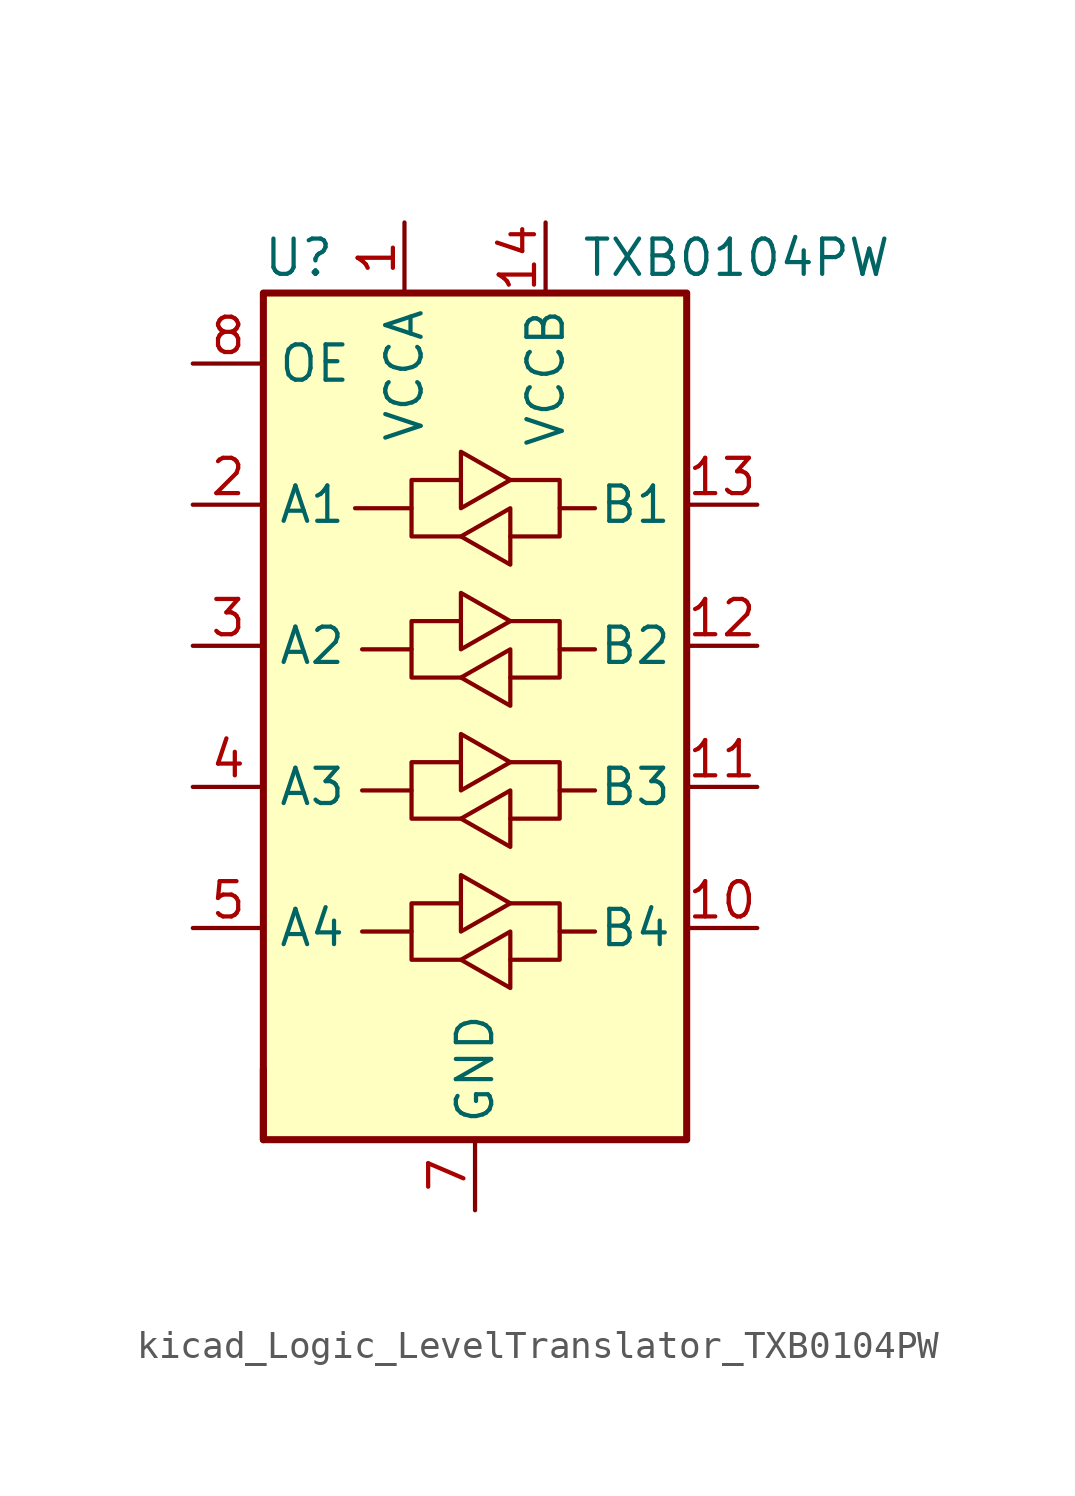
<source format=kicad_sym>
(kicad_symbol_lib
  (version 20220914)
  (generator kicad_symbol_editor)
  (symbol "kicad_Logic_LevelTranslator_TXB0104PW"
    (property "Reference" "U"
      (at -6.35 16.51 0)
      (effects (font (size 1.27 1.27))))
    (property "Value" "TXB0104PW"
      (at 3.81 16.51 0)
      (effects (font (size 1.27 1.27)) (justify left)))
    (symbol "kicad_Logic_LevelTranslator_TXB0104PW_0_1"
      (rectangle (start -7.62 -15.24) (end -7.62 -12.7) (stroke (width 0.254) (type default)) (fill (type none)))
      (rectangle (start -7.62 15.24) (end 7.62 -15.24) (stroke (width 0.254) (type default)) (fill (type background)))
      (polyline (pts (xy -2.286 -7.747) (xy -2.286 -6.731) (xy -0.508 -6.731)) (stroke (width 0) (type default)) (fill (type none)))
      (polyline (pts (xy -2.286 -2.667) (xy -2.286 -1.651) (xy -0.508 -1.651)) (stroke (width 0) (type default)) (fill (type none)))
      (polyline (pts (xy -2.286 2.413) (xy -2.286 3.429) (xy -0.508 3.429)) (stroke (width 0) (type default)) (fill (type none)))
      (polyline (pts (xy -2.286 7.493) (xy -2.286 8.509) (xy -0.508 8.509)) (stroke (width 0) (type default)) (fill (type none)))
      (polyline (pts (xy 3.048 -7.747) (xy 3.048 -8.763) (xy 1.27 -8.763)) (stroke (width 0) (type default)) (fill (type none)))
      (polyline (pts (xy 3.048 -2.667) (xy 3.048 -3.683) (xy 1.27 -3.683)) (stroke (width 0) (type default)) (fill (type none)))
      (polyline (pts (xy 3.048 2.413) (xy 3.048 1.397) (xy 1.27 1.397)) (stroke (width 0) (type default)) (fill (type none)))
      (polyline (pts (xy 3.048 7.493) (xy 3.048 6.477) (xy 1.27 6.477)) (stroke (width 0) (type default)) (fill (type none)))
      (polyline (pts (xy -0.508 -8.763) (xy -2.286 -8.763) (xy -2.286 -7.747) (xy -4.064 -7.747)) (stroke (width 0) (type default)) (fill (type none)))
      (polyline (pts (xy -0.508 -8.763) (xy 1.27 -7.747) (xy 1.27 -9.779) (xy -0.508 -8.763)) (stroke (width 0) (type default)) (fill (type none)))
      (polyline (pts (xy -0.508 -3.683) (xy -2.286 -3.683) (xy -2.286 -2.667) (xy -4.064 -2.667)) (stroke (width 0) (type default)) (fill (type none)))
      (polyline (pts (xy -0.508 -3.683) (xy 1.27 -2.667) (xy 1.27 -4.699) (xy -0.508 -3.683)) (stroke (width 0) (type default)) (fill (type none)))
      (polyline (pts (xy -0.508 1.397) (xy -2.286 1.397) (xy -2.286 2.413) (xy -4.064 2.413)) (stroke (width 0) (type default)) (fill (type none)))
      (polyline (pts (xy -0.508 1.397) (xy 1.27 2.413) (xy 1.27 0.381) (xy -0.508 1.397)) (stroke (width 0) (type default)) (fill (type none)))
      (polyline (pts (xy -0.508 6.477) (xy -2.286 6.477) (xy -2.286 7.493) (xy -4.318 7.493)) (stroke (width 0) (type default)) (fill (type none)))
      (polyline (pts (xy -0.508 6.477) (xy 1.27 7.493) (xy 1.27 5.461) (xy -0.508 6.477)) (stroke (width 0) (type default)) (fill (type none)))
      (polyline (pts (xy 1.27 -6.731) (xy -0.508 -7.747) (xy -0.508 -5.715) (xy 1.27 -6.731)) (stroke (width 0) (type default)) (fill (type none)))
      (polyline (pts (xy 1.27 -6.731) (xy 3.048 -6.731) (xy 3.048 -7.747) (xy 4.318 -7.747)) (stroke (width 0) (type default)) (fill (type none)))
      (polyline (pts (xy 1.27 -1.651) (xy -0.508 -2.667) (xy -0.508 -0.635) (xy 1.27 -1.651)) (stroke (width 0) (type default)) (fill (type none)))
      (polyline (pts (xy 1.27 -1.651) (xy 3.048 -1.651) (xy 3.048 -2.667) (xy 4.318 -2.667)) (stroke (width 0) (type default)) (fill (type none)))
      (polyline (pts (xy 1.27 3.429) (xy -0.508 2.413) (xy -0.508 4.445) (xy 1.27 3.429)) (stroke (width 0) (type default)) (fill (type none)))
      (polyline (pts (xy 1.27 3.429) (xy 3.048 3.429) (xy 3.048 2.413) (xy 4.318 2.413)) (stroke (width 0) (type default)) (fill (type none)))
      (polyline (pts (xy 1.27 8.509) (xy -0.508 7.493) (xy -0.508 9.525) (xy 1.27 8.509)) (stroke (width 0) (type default)) (fill (type none)))
      (polyline (pts (xy 1.27 8.509) (xy 3.048 8.509) (xy 3.048 7.493) (xy 4.318 7.493)) (stroke (width 0) (type default)) (fill (type none))))
    (symbol "kicad_Logic_LevelTranslator_TXB0104PW_1_1"
      (pin power_in line (at -2.54 17.78 270) (length 2.54) (name "VCCA" (effects (font (size 1.27 1.27)))) (number "1" (effects (font (size 1.27 1.27)))))
      (pin bidirectional line (at 10.16 -7.62 180) (length 2.54) (name "B4" (effects (font (size 1.27 1.27)))) (number "10" (effects (font (size 1.27 1.27)))))
      (pin bidirectional line (at 10.16 -2.54 180) (length 2.54) (name "B3" (effects (font (size 1.27 1.27)))) (number "11" (effects (font (size 1.27 1.27)))))
      (pin bidirectional line (at 10.16 2.54 180) (length 2.54) (name "B2" (effects (font (size 1.27 1.27)))) (number "12" (effects (font (size 1.27 1.27)))))
      (pin bidirectional line (at 10.16 7.62 180) (length 2.54) (name "B1" (effects (font (size 1.27 1.27)))) (number "13" (effects (font (size 1.27 1.27)))))
      (pin power_in line (at 2.54 17.78 270) (length 2.54) (name "VCCB" (effects (font (size 1.27 1.27)))) (number "14" (effects (font (size 1.27 1.27)))))
      (pin bidirectional line (at -10.16 7.62 0) (length 2.54) (name "A1" (effects (font (size 1.27 1.27)))) (number "2" (effects (font (size 1.27 1.27)))))
      (pin bidirectional line (at -10.16 2.54 0) (length 2.54) (name "A2" (effects (font (size 1.27 1.27)))) (number "3" (effects (font (size 1.27 1.27)))))
      (pin bidirectional line (at -10.16 -2.54 0) (length 2.54) (name "A3" (effects (font (size 1.27 1.27)))) (number "4" (effects (font (size 1.27 1.27)))))
      (pin bidirectional line (at -10.16 -7.62 0) (length 2.54) (name "A4" (effects (font (size 1.27 1.27)))) (number "5" (effects (font (size 1.27 1.27)))))
      (pin no_connect line (at -7.62 -12.7 0) (length 2.54) hide (name "NC" (effects (font (size 1.27 1.27)))) (number "6" (effects (font (size 1.27 1.27)))))
      (pin power_in line (at 0 -17.78 90) (length 2.54) (name "GND" (effects (font (size 1.27 1.27)))) (number "7" (effects (font (size 1.27 1.27)))))
      (pin input line (at -10.16 12.7 0) (length 2.54) (name "OE" (effects (font (size 1.27 1.27)))) (number "8" (effects (font (size 1.27 1.27)))))
      (pin no_connect line (at 7.62 -12.7 180) (length 2.54) hide (name "NC" (effects (font (size 1.27 1.27)))) (number "9" (effects (font (size 1.27 1.27))))))))
</source>
